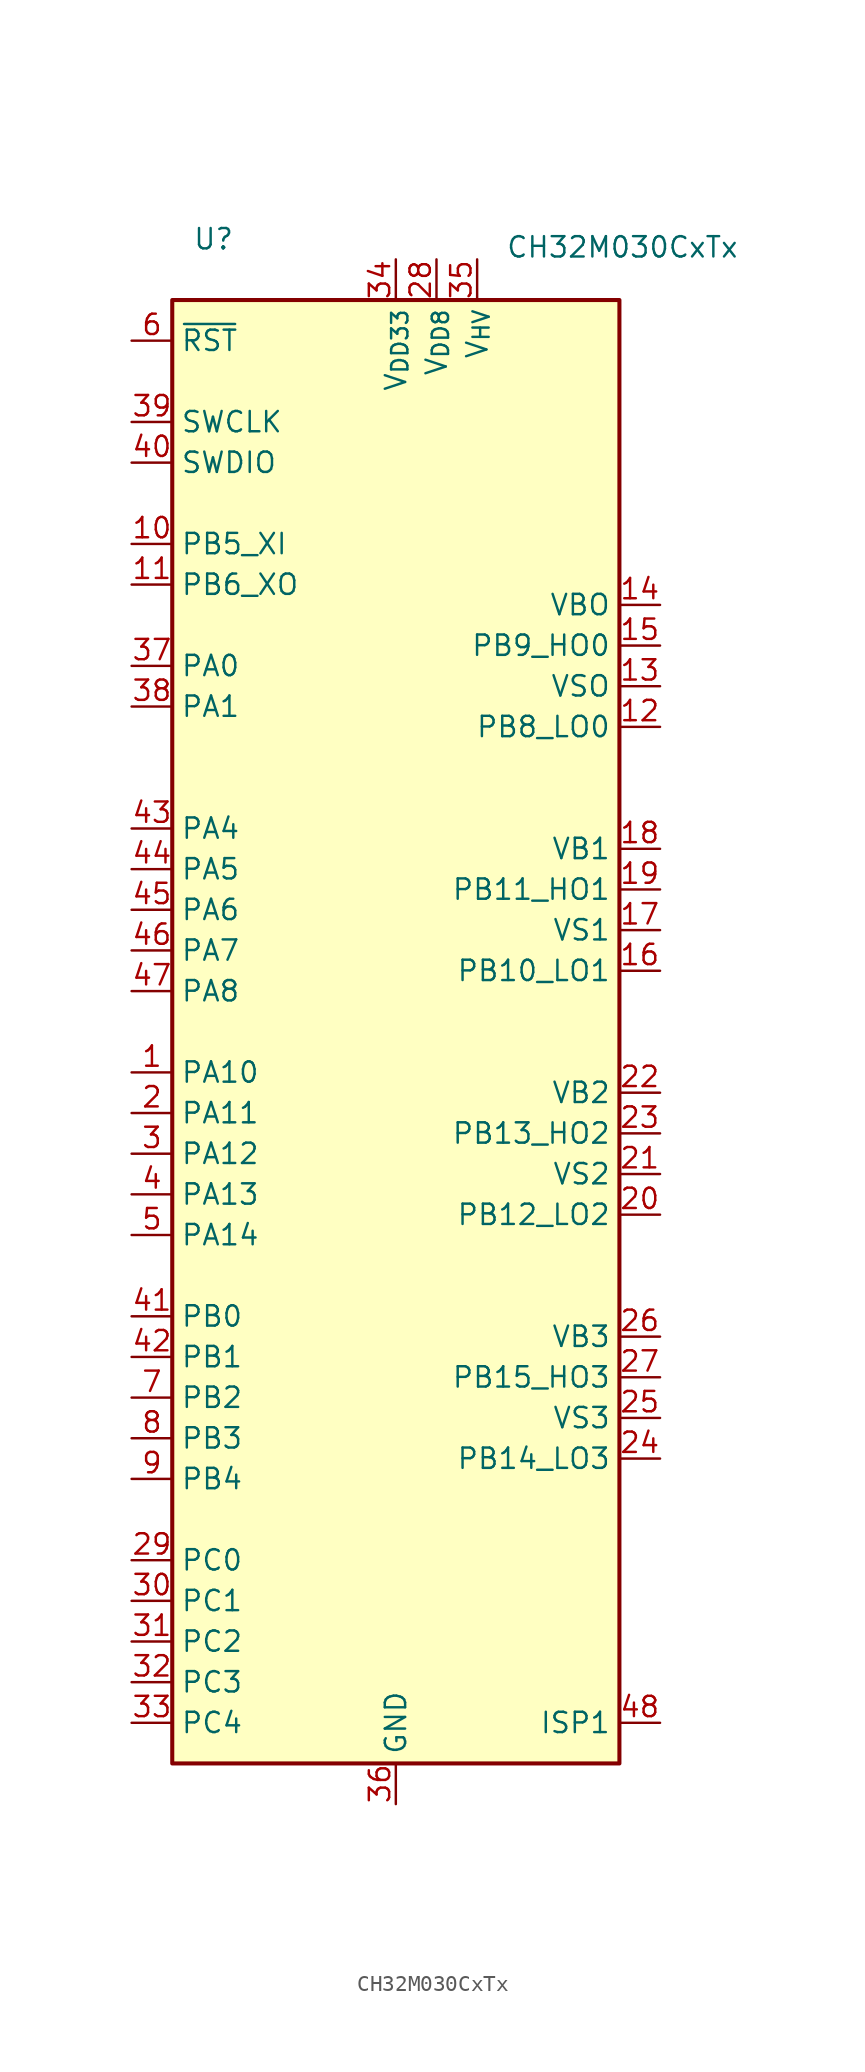
<source format=kicad_sym>
(kicad_symbol_lib
  (version 20241209)
  (generator "kicad_symbol_editor")
  (generator_version "9.0")
  (symbol "CH32M030CxTx"
    (property "Reference" "U"
      (at -12.7 49.53 0)
      (effects (font (size 1.27 1.27)) (justify left)))
    (property "Value" "CH32M030CxTx"
      (at 6.858 49.022 0)
      (effects (font (size 1.27 1.27)) (justify left)))
    (symbol "CH32M030CxTx_0_1"
      (rectangle (start -13.97 45.72) (end 13.97 -45.72) (stroke (width 0.254) (type default)) (fill (type background))))
    (symbol "CH32M030CxTx_1_0"
      (pin input line (at -16.51 43.18 0) (length 2.54) (name "~{RST}" (effects (font (size 1.27 1.27)))) (number "6" (effects (font (size 1.27 1.27)))) (alternate "ADC_IN10" bidirectional line) (alternate "I2C_SCL_2" bidirectional line) (alternate "PA15" bidirectional line) (alternate "Q_DET2" bidirectional line) (alternate "TIM1_BKIN" bidirectional line) (alternate "TIM1_BKIN_2" bidirectional line) (alternate "TIM1_BKIN_3" bidirectional line) (alternate "TIM1_BKIN_4" bidirectional line) (alternate "UART_RTS" bidirectional line) (alternate "UART_RTS_1" bidirectional line))
      (pin input line (at -16.51 38.1 0) (length 2.54) (name "SWCLK" (effects (font (size 1.27 1.27)))) (number "39" (effects (font (size 1.27 1.27)))) (alternate "ADC_IN15" bidirectional line) (alternate "CC3" bidirectional line) (alternate "I2C_SCL_1" bidirectional line) (alternate "I2C_SCL_3" bidirectional line) (alternate "PA2" bidirectional line) (alternate "SPI_NSS_1" bidirectional line) (alternate "SPI_NSS_3" bidirectional line) (alternate "TIM3_CH1_ETR_3" bidirectional line) (alternate "UART_CTS_2" bidirectional line) (alternate "UART_RX_4" bidirectional line) (alternate "UART_TX_5" bidirectional line))
      (pin bidirectional line (at -16.51 35.56 0) (length 2.54) (name "SWDIO" (effects (font (size 1.27 1.27)))) (number "40" (effects (font (size 1.27 1.27)))) (alternate "ADC_IN16" bidirectional line) (alternate "CC4" bidirectional line) (alternate "CMP3_P0" bidirectional line) (alternate "I2C_SDA_3" bidirectional line) (alternate "PA3" bidirectional line) (alternate "SWIM" bidirectional line) (alternate "TIM2_CH1_ETR_1" bidirectional line) (alternate "UART_RX_5" bidirectional line) (alternate "UART_TX_4" bidirectional line))
      (pin bidirectional line (at -16.51 30.48 0) (length 2.54) (name "PB5_XI" (effects (font (size 1.27 1.27)))) (number "10" (effects (font (size 1.27 1.27)))) (alternate "ADC_IN3" bidirectional line) (alternate "CMP2_P0" bidirectional line) (alternate "CMP3_OUT2" bidirectional line) (alternate "SPI_MOSI_1" bidirectional line) (alternate "TIM2_CH1_ETR_3" bidirectional line) (alternate "TIM3_CH2N_2" bidirectional line) (alternate "TIM3_CH2_3" bidirectional line) (alternate "UART_RX_2" bidirectional line) (alternate "XI" bidirectional line))
      (pin bidirectional line (at -16.51 27.94 0) (length 2.54) (name "PB6_XO" (effects (font (size 1.27 1.27)))) (number "11" (effects (font (size 1.27 1.27)))) (alternate "ADC_ETR_1" bidirectional line) (alternate "ADC_IN4" bidirectional line) (alternate "CMP2_N0" bidirectional line) (alternate "I2C_SDA_1" bidirectional line) (alternate "SPI_SCK_1" bidirectional line) (alternate "TIM2_CH2_3" bidirectional line) (alternate "TIM3_CH2N_3" bidirectional line) (alternate "UART_TX_2" bidirectional line) (alternate "XO" bidirectional line))
      (pin bidirectional line (at -16.51 22.86 0) (length 2.54) (name "PA0" (effects (font (size 1.27 1.27)))) (number "37" (effects (font (size 1.27 1.27)))) (alternate "ADC_IN13" bidirectional line) (alternate "CC1" bidirectional line) (alternate "SPI_NSS" bidirectional line) (alternate "SPI_NSS_2" bidirectional line) (alternate "TIM1_CH3_3" bidirectional line) (alternate "TIM1_CH3_4" bidirectional line))
      (pin bidirectional line (at -16.51 20.32 0) (length 2.54) (name "PA1" (effects (font (size 1.27 1.27)))) (number "38" (effects (font (size 1.27 1.27)))) (alternate "ADC_IN14" bidirectional line) (alternate "CC2" bidirectional line) (alternate "SPI_SCK" bidirectional line) (alternate "SPI_SCK_2" bidirectional line) (alternate "SPI_SCK_3" bidirectional line) (alternate "TIM1_CH4_4" bidirectional line))
      (pin bidirectional line (at -16.51 12.7 0) (length 2.54) (name "PA4" (effects (font (size 1.27 1.27)))) (number "43" (effects (font (size 1.27 1.27)))) (alternate "ADC_IN5" bidirectional line) (alternate "ISOURCE1" bidirectional line) (alternate "SPI_MISO_1" bidirectional line) (alternate "SPI_MISO_3" bidirectional line) (alternate "TIM1_ETR_2" bidirectional line) (alternate "TIM1_ETR_3" bidirectional line) (alternate "TIM1_ETR_4" bidirectional line) (alternate "TIM2_CH2N" bidirectional line) (alternate "TIM2_CH4" bidirectional line) (alternate "TIM3_CH1N_3" bidirectional line) (alternate "UART_RTS_2" bidirectional line))
      (pin bidirectional line (at -16.51 10.16 0) (length 2.54) (name "PA5" (effects (font (size 1.27 1.27)))) (number "44" (effects (font (size 1.27 1.27)))) (alternate "ADC_IN6" bidirectional line) (alternate "CMP3_N0" bidirectional line) (alternate "ISOURCE2" bidirectional line) (alternate "TIM2_CH1_ETR" bidirectional line))
      (pin bidirectional line (at -16.51 7.62 0) (length 2.54) (name "PA6" (effects (font (size 1.27 1.27)))) (number "45" (effects (font (size 1.27 1.27)))) (alternate "CMP3_N1" bidirectional line) (alternate "ISINK1" bidirectional line) (alternate "TIM2_CH2" bidirectional line))
      (pin bidirectional line (at -16.51 5.08 0) (length 2.54) (name "PA7" (effects (font (size 1.27 1.27)))) (number "46" (effects (font (size 1.27 1.27)))) (alternate "ADC_IN2" bidirectional line) (alternate "CMP3_N2" bidirectional line) (alternate "ISINK2" bidirectional line) (alternate "TIM2_CH1N" bidirectional line) (alternate "TIM2_CH3" bidirectional line))
      (pin bidirectional line (at -16.51 2.54 0) (length 2.54) (name "PA8" (effects (font (size 1.27 1.27)))) (number "47" (effects (font (size 1.27 1.27)))) (alternate "ADC_IN7" bidirectional line) (alternate "CMP3_OUT0" bidirectional line) (alternate "ISN1" bidirectional line) (alternate "MCO" output line) (alternate "SPI_MOSI_3" bidirectional line))
      (pin bidirectional line (at -16.51 -2.54 0) (length 2.54) (name "PA10" (effects (font (size 1.27 1.27)))) (number "1" (effects (font (size 1.27 1.27)))) (alternate "ISP2" bidirectional line))
      (pin bidirectional line (at -16.51 -5.08 0) (length 2.54) (name "PA11" (effects (font (size 1.27 1.27)))) (number "2" (effects (font (size 1.27 1.27)))) (alternate "ADC_IN8" bidirectional line) (alternate "ISN2" bidirectional line) (alternate "SPI_MOSI_2" bidirectional line))
      (pin bidirectional line (at -16.51 -7.62 0) (length 2.54) (name "PA12" (effects (font (size 1.27 1.27)))) (number "3" (effects (font (size 1.27 1.27)))) (alternate "ADC_IN19" bidirectional line) (alternate "QII1" bidirectional line))
      (pin bidirectional line (at -16.51 -10.16 0) (length 2.54) (name "PA13" (effects (font (size 1.27 1.27)))) (number "4" (effects (font (size 1.27 1.27)))) (alternate "ADC_IN18" bidirectional line) (alternate "QII2" bidirectional line) (alternate "TIM1_BKIN_1" bidirectional line))
      (pin bidirectional line (at -16.51 -12.7 0) (length 2.54) (name "PA14" (effects (font (size 1.27 1.27)))) (number "5" (effects (font (size 1.27 1.27)))) (alternate "ADC_ETR" bidirectional line) (alternate "ADC_IN9" bidirectional line) (alternate "I2C_SDA_2" bidirectional line) (alternate "Q_DET1" bidirectional line) (alternate "UART_CTS" bidirectional line) (alternate "UART_CTS_1" bidirectional line))
      (pin bidirectional line (at -16.51 -17.78 0) (length 2.54) (name "PB0" (effects (font (size 1.27 1.27)))) (number "41" (effects (font (size 1.27 1.27)))) (alternate "ADC_IN11" bidirectional line) (alternate "CMP3_P1" bidirectional line) (alternate "TIM2_CH2_1" bidirectional line) (alternate "UART_RX_3" bidirectional line) (alternate "UDP" bidirectional line))
      (pin bidirectional line (at -16.51 -20.32 0) (length 2.54) (name "PB1" (effects (font (size 1.27 1.27)))) (number "42" (effects (font (size 1.27 1.27)))) (alternate "ADC_IN12" bidirectional line) (alternate "CMP3_P2" bidirectional line) (alternate "TIM2_CH1N_1" bidirectional line) (alternate "TIM2_CH1N_3" bidirectional line) (alternate "TIM2_CH3_1" bidirectional line) (alternate "TIM2_CH3_3" bidirectional line) (alternate "UART_TX_3" bidirectional line) (alternate "UDM" bidirectional line))
      (pin bidirectional line (at -16.51 -22.86 0) (length 2.54) (name "PB2" (effects (font (size 1.27 1.27)))) (number "7" (effects (font (size 1.27 1.27)))) (alternate "ADC_IN0" bidirectional line) (alternate "CMP3_N3" bidirectional line) (alternate "I2C_SDA" bidirectional line) (alternate "TIM2_CH2N_1" bidirectional line) (alternate "TIM2_CH2N_3" bidirectional line) (alternate "TIM2_CH4_1" bidirectional line) (alternate "TIM2_CH4_3" bidirectional line) (alternate "TIM3_CH1N" bidirectional line) (alternate "TIM3_CH1_ETR_2" bidirectional line) (alternate "TIM3_CH2_1" bidirectional line) (alternate "UART_CTS_3" bidirectional line) (alternate "UART_CTS_4" bidirectional line) (alternate "UART_CTS_5" bidirectional line))
      (pin bidirectional line (at -16.51 -25.4 0) (length 2.54) (name "PB3" (effects (font (size 1.27 1.27)))) (number "8" (effects (font (size 1.27 1.27)))) (alternate "ADC_IN1" bidirectional line) (alternate "CMP3_P3" bidirectional line) (alternate "I2C_SCL" bidirectional line) (alternate "TIM3_CH2N" bidirectional line) (alternate "TIM3_CH2N_1" bidirectional line) (alternate "TIM3_CH2_2" bidirectional line) (alternate "UART_RTS_3" bidirectional line) (alternate "UART_RTS_4" bidirectional line) (alternate "UART_RTS_5" bidirectional line))
      (pin bidirectional line (at -16.51 -27.94 0) (length 2.54) (name "PB4" (effects (font (size 1.27 1.27)))) (number "9" (effects (font (size 1.27 1.27)))) (alternate "ADC_IN17" bidirectional line) (alternate "CMP3_OUT1" bidirectional line) (alternate "TIM3_CH1N_2" bidirectional line) (alternate "V_DET" bidirectional line))
      (pin bidirectional line (at -16.51 -33.02 0) (length 2.54) (name "PC0" (effects (font (size 1.27 1.27)))) (number "29" (effects (font (size 1.27 1.27)))) (alternate "RST" input line) (alternate "TIM1_CH3N_3" bidirectional line) (alternate "TIM1_CH3N_4" bidirectional line) (alternate "TIM1_CH4" bidirectional line) (alternate "TIM3_CH1_ETR" bidirectional line) (alternate "TIM3_CH1_ETR_1" bidirectional line) (alternate "UART_RX" bidirectional line))
      (pin bidirectional line (at -16.51 -35.56 0) (length 2.54) (name "PC1" (effects (font (size 1.27 1.27)))) (number "30" (effects (font (size 1.27 1.27)))) (alternate "TIM1_CH2N_3" bidirectional line) (alternate "TIM1_CH2N_4" bidirectional line) (alternate "TIM1_ETR" bidirectional line) (alternate "TIM1_ETR_1" bidirectional line) (alternate "TIM3_CH1N_1" bidirectional line) (alternate "TIM3_CH2" bidirectional line) (alternate "UART_TX" bidirectional line) (alternate "UART_TX_1" bidirectional line))
      (pin bidirectional line (at -16.51 -38.1 0) (length 2.54) (name "PC2" (effects (font (size 1.27 1.27)))) (number "31" (effects (font (size 1.27 1.27)))) (alternate "TIM1_CH1N_3" bidirectional line) (alternate "TIM1_CH1N_4" bidirectional line) (alternate "TIM1_CH4_2" bidirectional line) (alternate "UART_RX_1" bidirectional line))
      (pin bidirectional line (at -16.51 -40.64 0) (length 2.54) (name "PC3" (effects (font (size 1.27 1.27)))) (number "32" (effects (font (size 1.27 1.27)))) (alternate "SPI_MOSI" bidirectional line) (alternate "TIM1_CH1_3" bidirectional line) (alternate "TIM1_CH1_4" bidirectional line))
      (pin bidirectional line (at -16.51 -43.18 0) (length 2.54) (name "PC4" (effects (font (size 1.27 1.27)))) (number "33" (effects (font (size 1.27 1.27)))) (alternate "SPI_MISO" bidirectional line) (alternate "SPI_MISO_2" bidirectional line) (alternate "TIM1_CH2_3" bidirectional line) (alternate "TIM1_CH2_4" bidirectional line))
      (pin power_in line (at 0 48.26 270) (length 2.54) (name "V_{DD33}" (effects (font (size 1.27 1.27)))) (number "34" (effects (font (size 1.27 1.27)))))
      (pin power_in line (at 0 -48.26 90) (length 2.54) (name "GND" (effects (font (size 1.27 1.27)))) (number "36" (effects (font (size 1.27 1.27)))))
      (pin power_in line (at 2.54 48.26 270) (length 2.54) (name "V_{DD8}" (effects (font (size 1.27 1.27)))) (number "28" (effects (font (size 1.27 1.27)))))
      (pin power_in line (at 5.08 48.26 270) (length 2.54) (name "V_{HV}" (effects (font (size 1.27 1.27)))) (number "35" (effects (font (size 1.27 1.27)))))
      (pin bidirectional line (at 16.51 26.67 180) (length 2.54) (name "VBO" (effects (font (size 1.27 1.27)))) (number "14" (effects (font (size 1.27 1.27)))))
      (pin bidirectional line (at 16.51 24.13 180) (length 2.54) (name "PB9_HO0" (effects (font (size 1.27 1.27)))) (number "15" (effects (font (size 1.27 1.27)))) (alternate "TIM1_CH1" bidirectional line) (alternate "TIM1_CH1_1" bidirectional line) (alternate "TIM1_CH1_2" bidirectional line) (alternate "TIM1_CH1_4" bidirectional line))
      (pin bidirectional line (at 16.51 21.59 180) (length 2.54) (name "VSO" (effects (font (size 1.27 1.27)))) (number "13" (effects (font (size 1.27 1.27)))))
      (pin bidirectional line (at 16.51 19.05 180) (length 2.54) (name "PB8_LO0" (effects (font (size 1.27 1.27)))) (number "12" (effects (font (size 1.27 1.27)))) (alternate "TIM1_CH1N" bidirectional line) (alternate "TIM1_CH1N_1" bidirectional line) (alternate "TIM1_CH1N_2" bidirectional line) (alternate "TIM1_CH1N_4" bidirectional line))
      (pin bidirectional line (at 16.51 11.43 180) (length 2.54) (name "VB1" (effects (font (size 1.27 1.27)))) (number "18" (effects (font (size 1.27 1.27)))))
      (pin bidirectional line (at 16.51 8.89 180) (length 2.54) (name "PB11_HO1" (effects (font (size 1.27 1.27)))) (number "19" (effects (font (size 1.27 1.27)))) (alternate "TIM1_CH2" bidirectional line) (alternate "TIM1_CH2_1" bidirectional line) (alternate "TIM1_CH2_2" bidirectional line) (alternate "TIM1_CH2_4" bidirectional line))
      (pin bidirectional line (at 16.51 6.35 180) (length 2.54) (name "VS1" (effects (font (size 1.27 1.27)))) (number "17" (effects (font (size 1.27 1.27)))))
      (pin bidirectional line (at 16.51 3.81 180) (length 2.54) (name "PB10_LO1" (effects (font (size 1.27 1.27)))) (number "16" (effects (font (size 1.27 1.27)))) (alternate "TIM1_CH2N" bidirectional line) (alternate "TIM1_CH2N_1" bidirectional line) (alternate "TIM1_CH2N_2" bidirectional line) (alternate "TIM1_CH2N_4" bidirectional line))
      (pin bidirectional line (at 16.51 -3.81 180) (length 2.54) (name "VB2" (effects (font (size 1.27 1.27)))) (number "22" (effects (font (size 1.27 1.27)))))
      (pin bidirectional line (at 16.51 -6.35 180) (length 2.54) (name "PB13_HO2" (effects (font (size 1.27 1.27)))) (number "23" (effects (font (size 1.27 1.27)))) (alternate "TIM1_CH3" bidirectional line) (alternate "TIM1_CH3_1" bidirectional line) (alternate "TIM1_CH3_4" bidirectional line) (alternate "TIM2_CH1_ETR_2" bidirectional line) (alternate "TIM3_CH1_ETR_4" bidirectional line))
      (pin bidirectional line (at 16.51 -8.89 180) (length 2.54) (name "VS2" (effects (font (size 1.27 1.27)))) (number "21" (effects (font (size 1.27 1.27)))))
      (pin bidirectional line (at 16.51 -11.43 180) (length 2.54) (name "PB12_LO2" (effects (font (size 1.27 1.27)))) (number "20" (effects (font (size 1.27 1.27)))) (alternate "TIM1_CH3N" bidirectional line) (alternate "TIM1_CH3N_1" bidirectional line) (alternate "TIM1_CH3N_4" bidirectional line) (alternate "TIM2_CH1N_2" bidirectional line) (alternate "TIM2_CH3_2" bidirectional line) (alternate "TIM3_CH1N_4" bidirectional line))
      (pin bidirectional line (at 16.51 -19.05 180) (length 2.54) (name "VB3" (effects (font (size 1.27 1.27)))) (number "26" (effects (font (size 1.27 1.27)))))
      (pin bidirectional line (at 16.51 -21.59 180) (length 2.54) (name "PB15_HO3" (effects (font (size 1.27 1.27)))) (number "27" (effects (font (size 1.27 1.27)))) (alternate "TIM1_CH3_2" bidirectional line) (alternate "TIM1_CH4_1" bidirectional line) (alternate "TIM2_CH2_2" bidirectional line) (alternate "TIM3_CH2_4" bidirectional line))
      (pin bidirectional line (at 16.51 -24.13 180) (length 2.54) (name "VS3" (effects (font (size 1.27 1.27)))) (number "25" (effects (font (size 1.27 1.27)))))
      (pin bidirectional line (at 16.51 -26.67 180) (length 2.54) (name "PB14_LO3" (effects (font (size 1.27 1.27)))) (number "24" (effects (font (size 1.27 1.27)))) (alternate "TIM1_CH3N_2" bidirectional line) (alternate "TIM2_CH2N_2" bidirectional line) (alternate "TIM2_CH4_2" bidirectional line) (alternate "TIM3_CH2N_4" bidirectional line))
      (pin bidirectional line (at 16.51 -43.18 180) (length 2.54) (name "ISP1" (effects (font (size 1.27 1.27)))) (number "48" (effects (font (size 1.27 1.27))))))))
</source>
